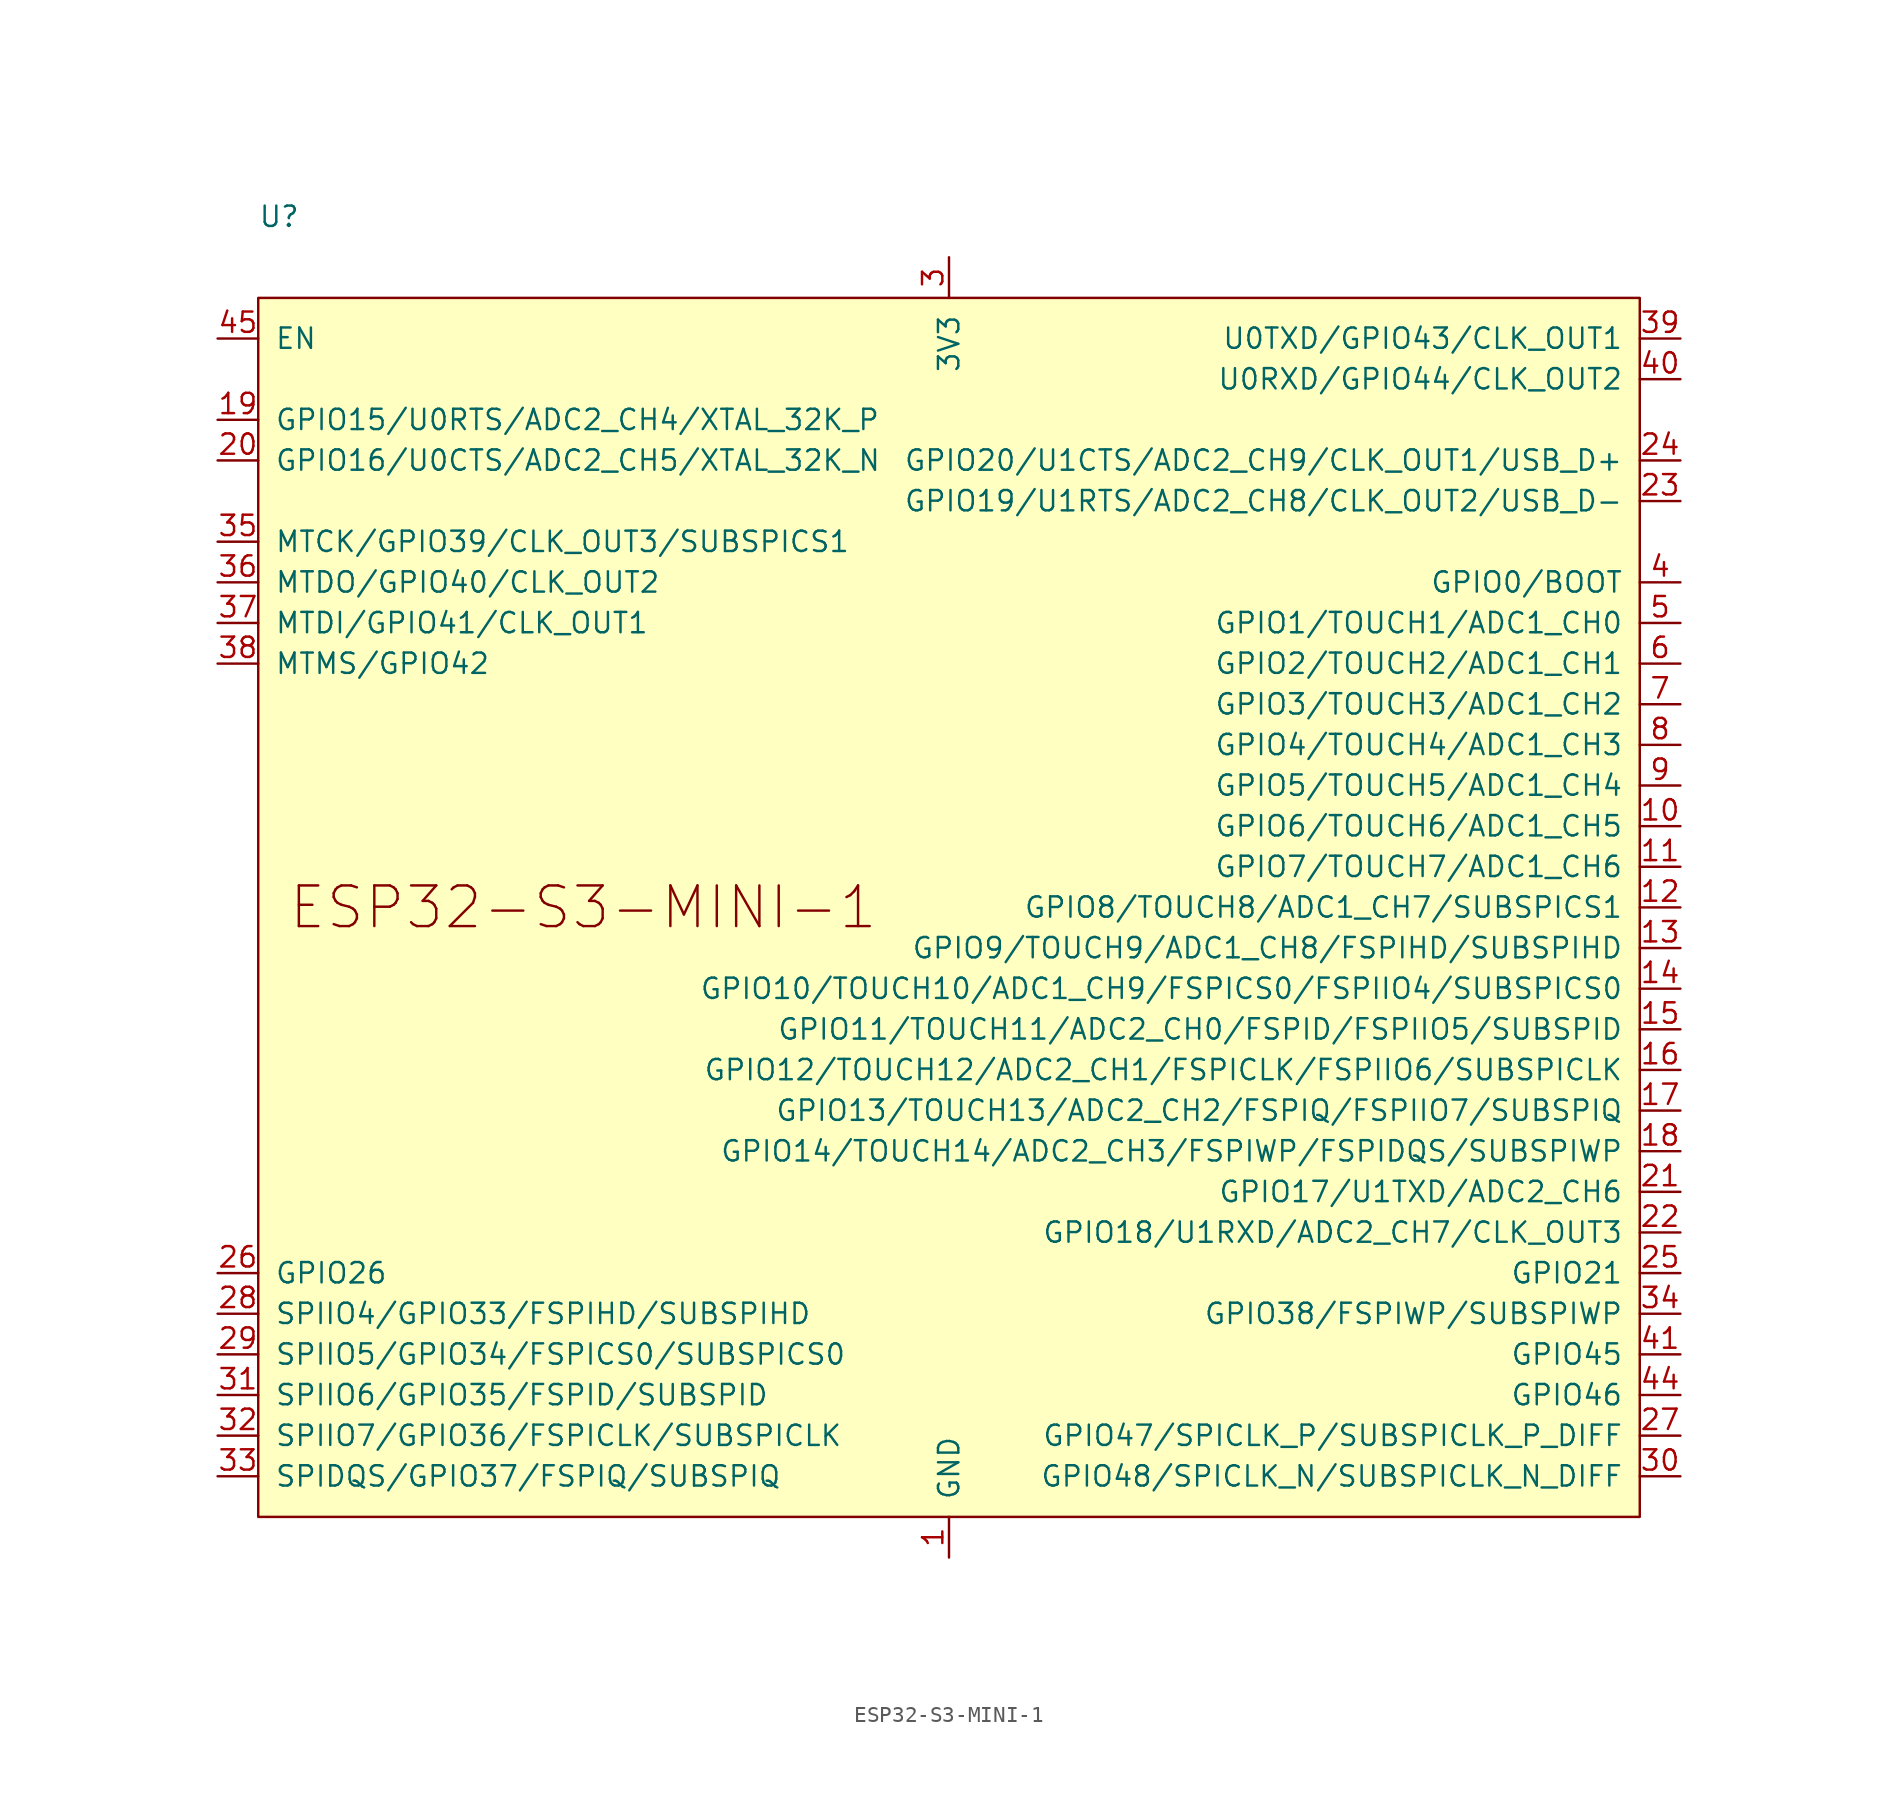
<source format=kicad_sym>
(kicad_symbol_lib
  (version 20231120)
  (generator "kicad_symbol_editor")
  (generator_version "8.0")
  (symbol "ESP32-S3-MINI-1"
    (pin_names
      (offset 1.016))
    (property "Reference" "U"
      (at -43.18 43.18 0)
      (effects (font (size 1.27 1.27)) (justify left)))
    (symbol "ESP32-S3-MINI-1_0_0"
      (text "ESP32-S3-MINI-1" (at -22.86 0 0) (effects (font (size 2.54 2.54))))
      (pin power_in line (at 0 -40.64 90) (length 2.54) (name "GND" (effects (font (size 1.27 1.27)))) (number "1" (effects (font (size 1.27 1.27)))))
      (pin bidirectional line (at 45.72 5.08 180) (length 2.54) (name "GPIO6/TOUCH6/ADC1_CH5" (effects (font (size 1.27 1.27)))) (number "10" (effects (font (size 1.27 1.27)))))
      (pin bidirectional line (at 45.72 2.54 180) (length 2.54) (name "GPIO7/TOUCH7/ADC1_CH6" (effects (font (size 1.27 1.27)))) (number "11" (effects (font (size 1.27 1.27)))))
      (pin bidirectional line (at 45.72 0 180) (length 2.54) (name "GPIO8/TOUCH8/ADC1_CH7/SUBSPICS1" (effects (font (size 1.27 1.27)))) (number "12" (effects (font (size 1.27 1.27)))))
      (pin bidirectional line (at 45.72 -2.54 180) (length 2.54) (name "GPIO9/TOUCH9/ADC1_CH8/FSPIHD/SUBSPIHD" (effects (font (size 1.27 1.27)))) (number "13" (effects (font (size 1.27 1.27)))))
      (pin bidirectional line (at 45.72 -5.08 180) (length 2.54) (name "GPIO10/TOUCH10/ADC1_CH9/FSPICS0/FSPIIO4/SUBSPICS0" (effects (font (size 1.27 1.27)))) (number "14" (effects (font (size 1.27 1.27)))))
      (pin bidirectional line (at 45.72 -7.62 180) (length 2.54) (name "GPIO11/TOUCH11/ADC2_CH0/FSPID/FSPIIO5/SUBSPID" (effects (font (size 1.27 1.27)))) (number "15" (effects (font (size 1.27 1.27)))))
      (pin bidirectional line (at 45.72 -10.16 180) (length 2.54) (name "GPIO12/TOUCH12/ADC2_CH1/FSPICLK/FSPIIO6/SUBSPICLK" (effects (font (size 1.27 1.27)))) (number "16" (effects (font (size 1.27 1.27)))))
      (pin bidirectional line (at 45.72 -12.7 180) (length 2.54) (name "GPIO13/TOUCH13/ADC2_CH2/FSPIQ/FSPIIO7/SUBSPIQ" (effects (font (size 1.27 1.27)))) (number "17" (effects (font (size 1.27 1.27)))))
      (pin bidirectional line (at 45.72 -15.24 180) (length 2.54) (name "GPIO14/TOUCH14/ADC2_CH3/FSPIWP/FSPIDQS/SUBSPIWP" (effects (font (size 1.27 1.27)))) (number "18" (effects (font (size 1.27 1.27)))))
      (pin bidirectional line (at -45.72 30.48 0) (length 2.54) (name "GPIO15/U0RTS/ADC2_CH4/XTAL_32K_P" (effects (font (size 1.27 1.27)))) (number "19" (effects (font (size 1.27 1.27)))))
      (pin passive line (at 0 -40.64 90) (length 2.54) hide (name "GND" (effects (font (size 1.27 1.27)))) (number "2" (effects (font (size 1.27 1.27)))))
      (pin bidirectional line (at -45.72 27.94 0) (length 2.54) (name "GPIO16/U0CTS/ADC2_CH5/XTAL_32K_N" (effects (font (size 1.27 1.27)))) (number "20" (effects (font (size 1.27 1.27)))))
      (pin bidirectional line (at 45.72 -17.78 180) (length 2.54) (name "GPIO17/U1TXD/ADC2_CH6" (effects (font (size 1.27 1.27)))) (number "21" (effects (font (size 1.27 1.27)))))
      (pin bidirectional line (at 45.72 -20.32 180) (length 2.54) (name "GPIO18/U1RXD/ADC2_CH7/CLK_OUT3" (effects (font (size 1.27 1.27)))) (number "22" (effects (font (size 1.27 1.27)))))
      (pin bidirectional line (at 45.72 25.4 180) (length 2.54) (name "GPIO19/U1RTS/ADC2_CH8/CLK_OUT2/USB_D-" (effects (font (size 1.27 1.27)))) (number "23" (effects (font (size 1.27 1.27)))))
      (pin bidirectional line (at 45.72 27.94 180) (length 2.54) (name "GPIO20/U1CTS/ADC2_CH9/CLK_OUT1/USB_D+" (effects (font (size 1.27 1.27)))) (number "24" (effects (font (size 1.27 1.27)))))
      (pin bidirectional line (at 45.72 -22.86 180) (length 2.54) (name "GPIO21" (effects (font (size 1.27 1.27)))) (number "25" (effects (font (size 1.27 1.27)))))
      (pin bidirectional line (at -45.72 -22.86 0) (length 2.54) (name "GPIO26" (effects (font (size 1.27 1.27)))) (number "26" (effects (font (size 1.27 1.27)))))
      (pin bidirectional line (at 45.72 -33.02 180) (length 2.54) (name "GPIO47/SPICLK_P/SUBSPICLK_P_DIFF" (effects (font (size 1.27 1.27)))) (number "27" (effects (font (size 1.27 1.27)))))
      (pin bidirectional line (at -45.72 -25.4 0) (length 2.54) (name "SPIIO4/GPIO33/FSPIHD/SUBSPIHD" (effects (font (size 1.27 1.27)))) (number "28" (effects (font (size 1.27 1.27)))))
      (pin bidirectional line (at -45.72 -27.94 0) (length 2.54) (name "SPIIO5/GPIO34/FSPICS0/SUBSPICS0" (effects (font (size 1.27 1.27)))) (number "29" (effects (font (size 1.27 1.27)))))
      (pin power_in line (at 0 40.64 270) (length 2.54) (name "3V3" (effects (font (size 1.27 1.27)))) (number "3" (effects (font (size 1.27 1.27)))))
      (pin bidirectional line (at 45.72 -35.56 180) (length 2.54) (name "GPIO48/SPICLK_N/SUBSPICLK_N_DIFF" (effects (font (size 1.27 1.27)))) (number "30" (effects (font (size 1.27 1.27)))))
      (pin bidirectional line (at -45.72 -30.48 0) (length 2.54) (name "SPIIO6/GPIO35/FSPID/SUBSPID" (effects (font (size 1.27 1.27)))) (number "31" (effects (font (size 1.27 1.27)))))
      (pin bidirectional line (at -45.72 -33.02 0) (length 2.54) (name "SPIIO7/GPIO36/FSPICLK/SUBSPICLK" (effects (font (size 1.27 1.27)))) (number "32" (effects (font (size 1.27 1.27)))))
      (pin bidirectional line (at -45.72 -35.56 0) (length 2.54) (name "SPIDQS/GPIO37/FSPIQ/SUBSPIQ" (effects (font (size 1.27 1.27)))) (number "33" (effects (font (size 1.27 1.27)))))
      (pin bidirectional line (at 45.72 -25.4 180) (length 2.54) (name "GPIO38/FSPIWP/SUBSPIWP" (effects (font (size 1.27 1.27)))) (number "34" (effects (font (size 1.27 1.27)))))
      (pin bidirectional line (at -45.72 22.86 0) (length 2.54) (name "MTCK/GPIO39/CLK_OUT3/SUBSPICS1" (effects (font (size 1.27 1.27)))) (number "35" (effects (font (size 1.27 1.27)))))
      (pin bidirectional line (at -45.72 20.32 0) (length 2.54) (name "MTDO/GPIO40/CLK_OUT2" (effects (font (size 1.27 1.27)))) (number "36" (effects (font (size 1.27 1.27)))))
      (pin bidirectional line (at -45.72 17.78 0) (length 2.54) (name "MTDI/GPIO41/CLK_OUT1" (effects (font (size 1.27 1.27)))) (number "37" (effects (font (size 1.27 1.27)))))
      (pin bidirectional line (at -45.72 15.24 0) (length 2.54) (name "MTMS/GPIO42" (effects (font (size 1.27 1.27)))) (number "38" (effects (font (size 1.27 1.27)))))
      (pin bidirectional line (at 45.72 35.56 180) (length 2.54) (name "U0TXD/GPIO43/CLK_OUT1" (effects (font (size 1.27 1.27)))) (number "39" (effects (font (size 1.27 1.27)))))
      (pin bidirectional line (at 45.72 20.32 180) (length 2.54) (name "GPIO0/BOOT" (effects (font (size 1.27 1.27)))) (number "4" (effects (font (size 1.27 1.27)))))
      (pin bidirectional line (at 45.72 33.02 180) (length 2.54) (name "U0RXD/GPIO44/CLK_OUT2" (effects (font (size 1.27 1.27)))) (number "40" (effects (font (size 1.27 1.27)))))
      (pin bidirectional line (at 45.72 -27.94 180) (length 2.54) (name "GPIO45" (effects (font (size 1.27 1.27)))) (number "41" (effects (font (size 1.27 1.27)))))
      (pin passive line (at 0 -40.64 90) (length 2.54) hide (name "GND" (effects (font (size 1.27 1.27)))) (number "42" (effects (font (size 1.27 1.27)))))
      (pin passive line (at 0 -40.64 90) (length 2.54) hide (name "GND" (effects (font (size 1.27 1.27)))) (number "43" (effects (font (size 1.27 1.27)))))
      (pin bidirectional line (at 45.72 -30.48 180) (length 2.54) (name "GPIO46" (effects (font (size 1.27 1.27)))) (number "44" (effects (font (size 1.27 1.27)))))
      (pin input line (at -45.72 35.56 0) (length 2.54) (name "EN" (effects (font (size 1.27 1.27)))) (number "45" (effects (font (size 1.27 1.27)))))
      (pin passive line (at 0 -40.64 90) (length 2.54) hide (name "GND" (effects (font (size 1.27 1.27)))) (number "46" (effects (font (size 1.27 1.27)))))
      (pin passive line (at 0 -40.64 90) (length 2.54) hide (name "GND" (effects (font (size 1.27 1.27)))) (number "47" (effects (font (size 1.27 1.27)))))
      (pin passive line (at 0 -40.64 90) (length 2.54) hide (name "GND" (effects (font (size 1.27 1.27)))) (number "48" (effects (font (size 1.27 1.27)))))
      (pin passive line (at 0 -40.64 90) (length 2.54) hide (name "GND" (effects (font (size 1.27 1.27)))) (number "49" (effects (font (size 1.27 1.27)))))
      (pin bidirectional line (at 45.72 17.78 180) (length 2.54) (name "GPIO1/TOUCH1/ADC1_CH0" (effects (font (size 1.27 1.27)))) (number "5" (effects (font (size 1.27 1.27)))))
      (pin passive line (at 0 -40.64 90) (length 2.54) hide (name "GND" (effects (font (size 1.27 1.27)))) (number "50" (effects (font (size 1.27 1.27)))))
      (pin passive line (at 0 -40.64 90) (length 2.54) hide (name "GND" (effects (font (size 1.27 1.27)))) (number "51" (effects (font (size 1.27 1.27)))))
      (pin passive line (at 0 -40.64 90) (length 2.54) hide (name "GND" (effects (font (size 1.27 1.27)))) (number "52" (effects (font (size 1.27 1.27)))))
      (pin passive line (at 0 -40.64 90) (length 2.54) hide (name "GND" (effects (font (size 1.27 1.27)))) (number "53" (effects (font (size 1.27 1.27)))))
      (pin passive line (at 0 -40.64 90) (length 2.54) hide (name "GND" (effects (font (size 1.27 1.27)))) (number "54" (effects (font (size 1.27 1.27)))))
      (pin passive line (at 0 -40.64 90) (length 2.54) hide (name "GND" (effects (font (size 1.27 1.27)))) (number "55" (effects (font (size 1.27 1.27)))))
      (pin passive line (at 0 -40.64 90) (length 2.54) hide (name "GND" (effects (font (size 1.27 1.27)))) (number "56" (effects (font (size 1.27 1.27)))))
      (pin passive line (at 0 -40.64 90) (length 2.54) hide (name "GND" (effects (font (size 1.27 1.27)))) (number "57" (effects (font (size 1.27 1.27)))))
      (pin passive line (at 0 -40.64 90) (length 2.54) hide (name "GND" (effects (font (size 1.27 1.27)))) (number "58" (effects (font (size 1.27 1.27)))))
      (pin passive line (at 0 -40.64 90) (length 2.54) hide (name "GND" (effects (font (size 1.27 1.27)))) (number "59" (effects (font (size 1.27 1.27)))))
      (pin bidirectional line (at 45.72 15.24 180) (length 2.54) (name "GPIO2/TOUCH2/ADC1_CH1" (effects (font (size 1.27 1.27)))) (number "6" (effects (font (size 1.27 1.27)))))
      (pin passive line (at 0 -40.64 90) (length 2.54) hide (name "GND" (effects (font (size 1.27 1.27)))) (number "60" (effects (font (size 1.27 1.27)))))
      (pin passive line (at 0 -40.64 90) (length 2.54) hide (name "GND" (effects (font (size 1.27 1.27)))) (number "61" (effects (font (size 1.27 1.27)))))
      (pin passive line (at 0 -40.64 90) (length 2.54) hide (name "GND" (effects (font (size 1.27 1.27)))) (number "62" (effects (font (size 1.27 1.27)))))
      (pin passive line (at 0 -40.64 90) (length 2.54) hide (name "GND" (effects (font (size 1.27 1.27)))) (number "63" (effects (font (size 1.27 1.27)))))
      (pin passive line (at 0 -40.64 90) (length 2.54) hide (name "GND" (effects (font (size 1.27 1.27)))) (number "64" (effects (font (size 1.27 1.27)))))
      (pin passive line (at 0 -40.64 90) (length 2.54) hide (name "GND" (effects (font (size 1.27 1.27)))) (number "65" (effects (font (size 1.27 1.27)))))
      (pin bidirectional line (at 45.72 12.7 180) (length 2.54) (name "GPIO3/TOUCH3/ADC1_CH2" (effects (font (size 1.27 1.27)))) (number "7" (effects (font (size 1.27 1.27)))))
      (pin bidirectional line (at 45.72 10.16 180) (length 2.54) (name "GPIO4/TOUCH4/ADC1_CH3" (effects (font (size 1.27 1.27)))) (number "8" (effects (font (size 1.27 1.27)))))
      (pin bidirectional line (at 45.72 7.62 180) (length 2.54) (name "GPIO5/TOUCH5/ADC1_CH4" (effects (font (size 1.27 1.27)))) (number "9" (effects (font (size 1.27 1.27))))))
    (symbol "ESP32-S3-MINI-1_0_1"
      (rectangle (start -43.18 38.1) (end 43.18 -38.1) (stroke (width 0) (type default)) (fill (type background))))))
</source>
